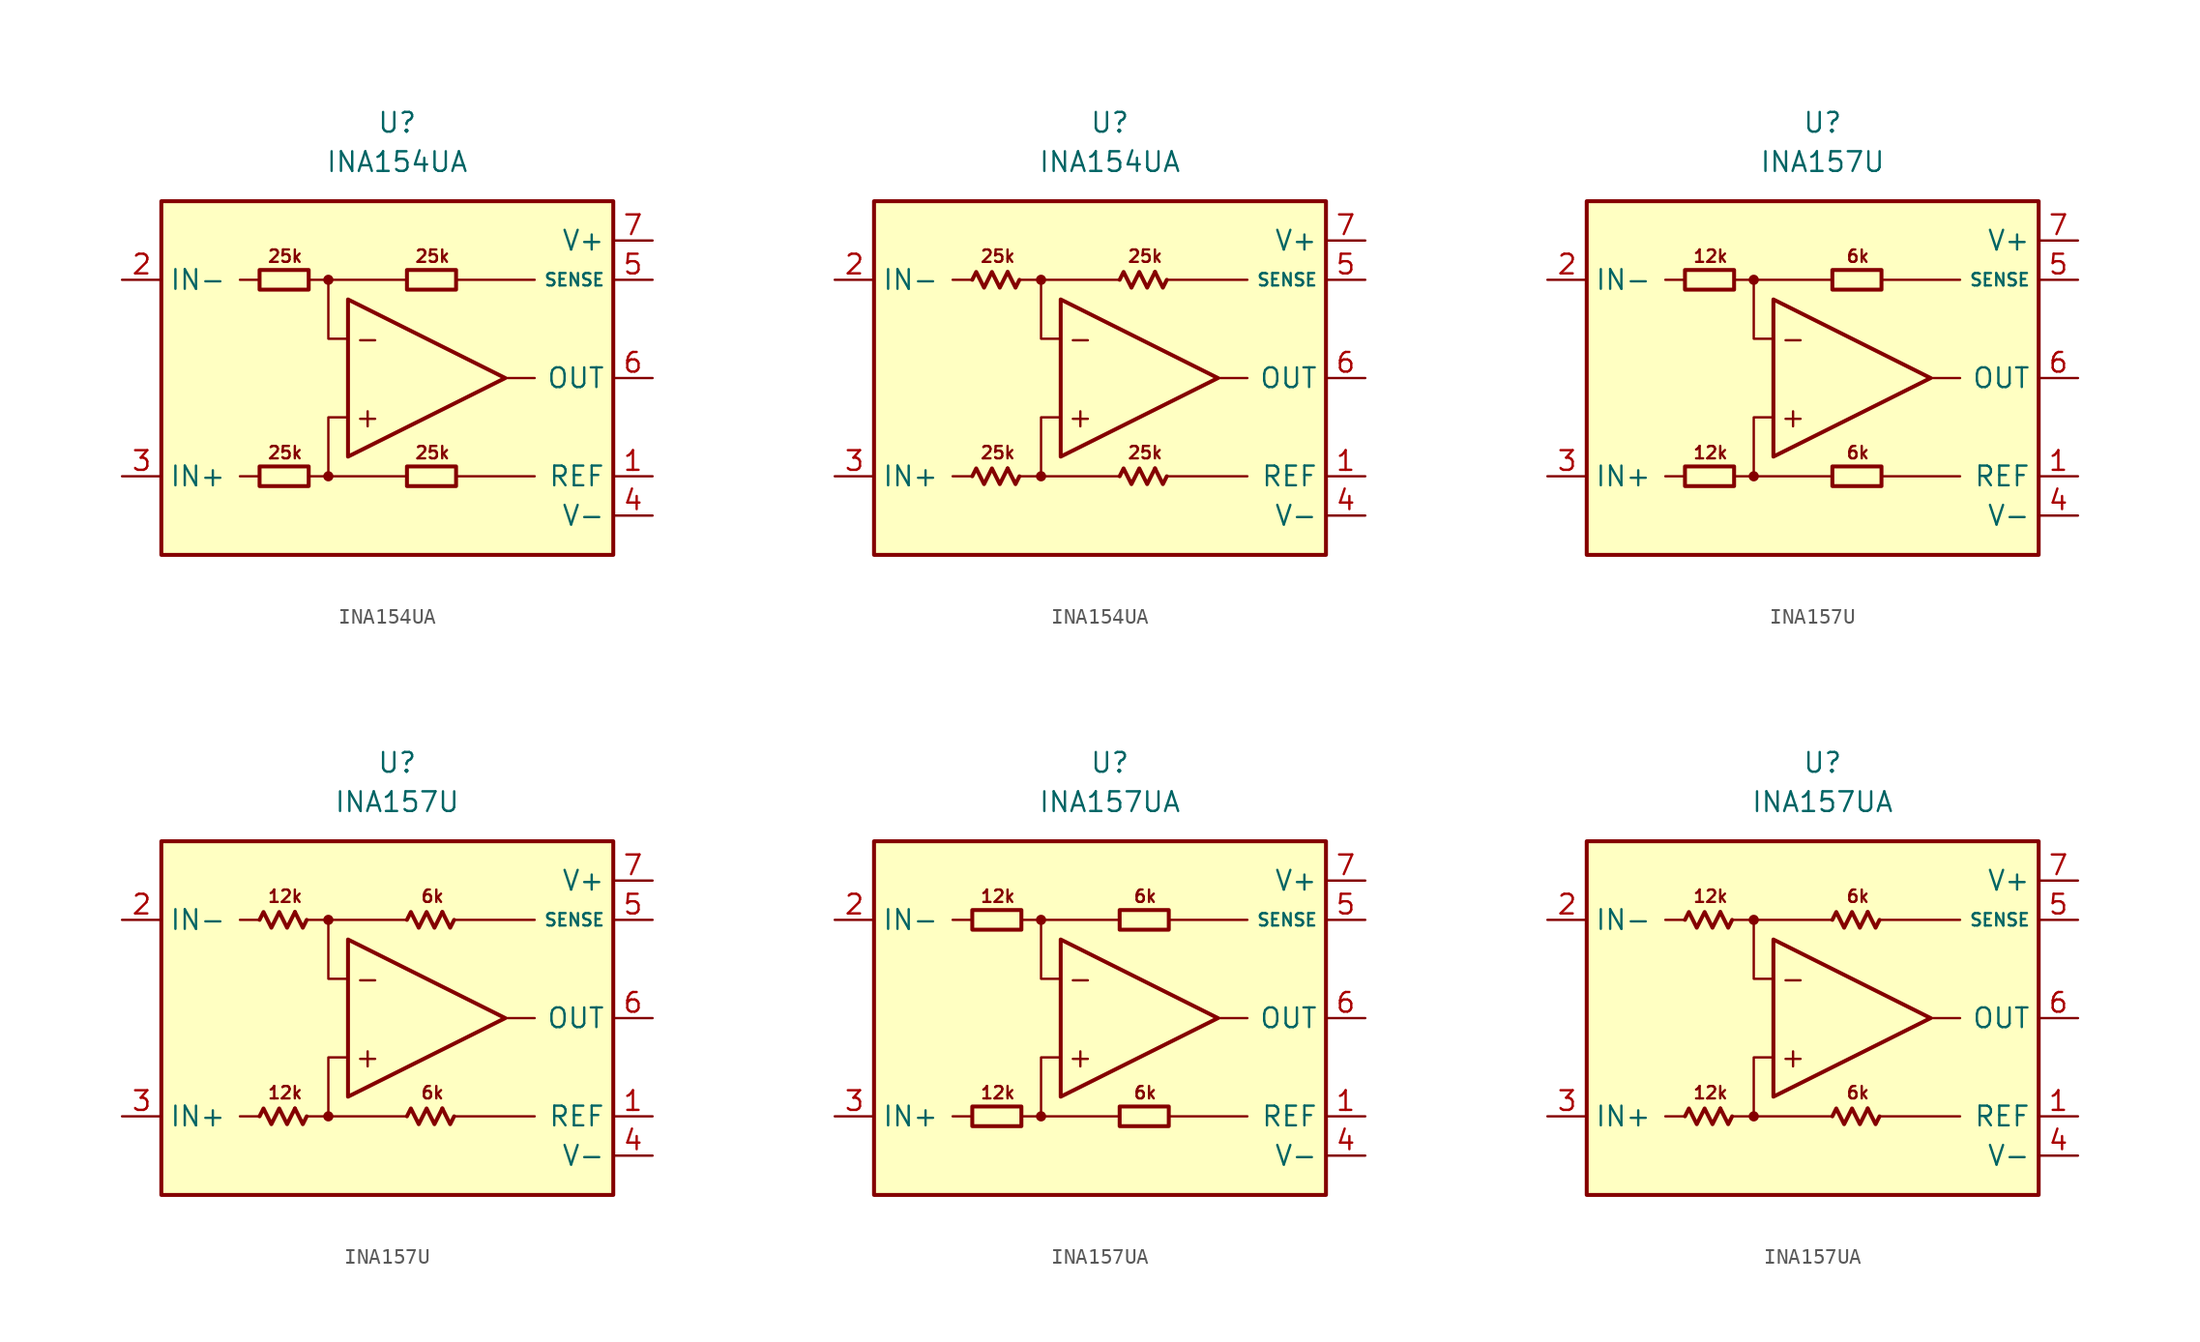
<source format=kicad_sym>
(kicad_symbol_lib
  (version 20231120)
  (generator "kicad_symbol_editor")
  (generator_version "8.0")
  (symbol "INA154UA"
    (property "Reference" "U"
      (at 0 16.51 0)
      (effects (font (size 1.27 1.27))))
    (property "Value" "INA154UA"
      (at 0 13.97 0)
      (effects (font (size 1.27 1.27))))
    (symbol "INA154UA_0_0"
      (rectangle (start -15.24 11.43) (end 13.97 -11.43) (stroke (width 0.254) (type default)) (fill (type background)))
      (circle (center -4.445 -6.35) (radius 0.254) (stroke (width 0.152) (type default)) (fill (type outline)))
      (circle (center -4.445 6.35) (radius 0.254) (stroke (width 0.152) (type default)) (fill (type outline)))
      (polyline (pts (xy -8.89 -6.35) (xy -10.16 -6.35)) (stroke (width 0.152) (type default)) (fill (type none)))
      (polyline (pts (xy -8.89 6.35) (xy -10.16 6.35)) (stroke (width 0.152) (type default)) (fill (type none)))
      (polyline (pts (xy -4.445 6.35) (xy 0.635 6.35)) (stroke (width 0.152) (type default)) (fill (type none)))
      (polyline (pts (xy 0.635 -6.35) (xy -4.445 -6.35)) (stroke (width 0.152) (type default)) (fill (type none)))
      (polyline (pts (xy 3.81 -6.35) (xy 8.89 -6.35)) (stroke (width 0.152) (type default)) (fill (type none)))
      (polyline (pts (xy 3.81 6.35) (xy 8.89 6.35)) (stroke (width 0.152) (type default)) (fill (type none)))
      (polyline (pts (xy 8.89 0) (xy 6.985 0)) (stroke (width 0.152) (type default)) (fill (type none)))
      (polyline (pts (xy -5.715 -6.35) (xy -4.445 -6.35) (xy -4.445 -2.54) (xy -3.175 -2.54)) (stroke (width 0.152) (type default)) (fill (type none)))
      (polyline (pts (xy -3.175 2.54) (xy -4.445 2.54) (xy -4.445 6.35) (xy -5.715 6.35)) (stroke (width 0.152) (type default)) (fill (type none)))
      (polyline (pts (xy -3.175 5.08) (xy -3.175 -5.08) (xy 6.985 0) (xy -3.175 5.08)) (stroke (width 0.254) (type default)) (fill (type none)))
      (text "+" (at -1.905 -2.54 0) (effects (font (size 1.27 1.27))))
      (text "-" (at -1.905 2.54 0) (effects (font (size 1.27 1.27))))
      (text "25k" (at -7.239 -4.826 0) (effects (font (size 0.8 0.8))))
      (text "25k" (at -7.239 7.874 0) (effects (font (size 0.8 0.8))))
      (text "25k" (at 2.286 -4.826 0) (effects (font (size 0.8 0.8))))
      (text "25k" (at 2.286 7.874 0) (effects (font (size 0.8 0.8)))))
    (symbol "INA154UA_0_1"
      (rectangle (start -8.89 -5.715) (end -5.715 -6.985) (stroke (width 0.254) (type default)) (fill (type none)))
      (rectangle (start -8.89 6.985) (end -5.715 5.715) (stroke (width 0.254) (type default)) (fill (type none)))
      (rectangle (start 0.635 -5.715) (end 3.81 -6.985) (stroke (width 0.254) (type default)) (fill (type none)))
      (rectangle (start 0.635 6.985) (end 3.81 5.715) (stroke (width 0.254) (type default)) (fill (type none))))
    (symbol "INA154UA_0_2"
      (polyline (pts (xy -6.604 -5.842) (xy -6.096 -6.858) (xy -5.842 -6.35)) (stroke (width 0.254) (type default)) (fill (type none)))
      (polyline (pts (xy -6.604 6.858) (xy -6.096 5.842) (xy -5.842 6.35)) (stroke (width 0.254) (type default)) (fill (type none)))
      (polyline (pts (xy 2.921 -5.842) (xy 3.429 -6.858) (xy 3.683 -6.35)) (stroke (width 0.254) (type default)) (fill (type none)))
      (polyline (pts (xy 2.921 6.858) (xy 3.429 5.842) (xy 3.683 6.35)) (stroke (width 0.254) (type default)) (fill (type none)))
      (polyline (pts (xy -8.89 -6.35) (xy -8.636 -5.842) (xy -8.128 -6.858) (xy -7.62 -5.842) (xy -7.112 -6.858) (xy -6.604 -5.842)) (stroke (width 0.254) (type default)) (fill (type none)))
      (polyline (pts (xy -8.89 6.35) (xy -8.636 6.858) (xy -8.128 5.842) (xy -7.62 6.858) (xy -7.112 5.842) (xy -6.604 6.858)) (stroke (width 0.254) (type default)) (fill (type none)))
      (polyline (pts (xy 0.635 -6.35) (xy 0.889 -5.842) (xy 1.397 -6.858) (xy 1.905 -5.842) (xy 2.413 -6.858) (xy 2.921 -5.842)) (stroke (width 0.254) (type default)) (fill (type none)))
      (polyline (pts (xy 0.635 6.35) (xy 0.889 6.858) (xy 1.397 5.842) (xy 1.905 6.858) (xy 2.413 5.842) (xy 2.921 6.858)) (stroke (width 0.254) (type default)) (fill (type none))))
    (symbol "INA154UA_1_1"
      (pin input line (at 16.51 -6.35 180) (length 2.54) (name "REF" (effects (font (size 1.27 1.27)))) (number "1" (effects (font (size 1.27 1.27)))))
      (pin input line (at -17.78 6.35 0) (length 2.54) (name "IN-" (effects (font (size 1.27 1.27)))) (number "2" (effects (font (size 1.27 1.27)))))
      (pin input line (at -17.78 -6.35 0) (length 2.54) (name "IN+" (effects (font (size 1.27 1.27)))) (number "3" (effects (font (size 1.27 1.27)))))
      (pin power_in line (at 16.51 -8.89 180) (length 2.54) (name "V-" (effects (font (size 1.27 1.27)))) (number "4" (effects (font (size 1.27 1.27)))))
      (pin input line (at 16.51 6.35 180) (length 2.54) (name "SENSE" (effects (font (size 0.8 0.8)))) (number "5" (effects (font (size 1.27 1.27)))))
      (pin output line (at 16.51 0 180) (length 2.54) (name "OUT" (effects (font (size 1.27 1.27)))) (number "6" (effects (font (size 1.27 1.27)))))
      (pin power_in line (at 16.51 8.89 180) (length 2.54) (name "V+" (effects (font (size 1.27 1.27)))) (number "7" (effects (font (size 1.27 1.27)))))
      (pin free line (at -10.16 0 0) (length 2.54) hide (name "NC" (effects (font (size 1.27 1.27)))) (number "8" (effects (font (size 1.27 1.27))))))
    (symbol "INA154UA_1_2"
      (pin input line (at 16.51 -6.35 180) (length 2.54) (name "REF" (effects (font (size 1.27 1.27)))) (number "1" (effects (font (size 1.27 1.27)))))
      (pin input line (at -17.78 6.35 0) (length 2.54) (name "IN-" (effects (font (size 1.27 1.27)))) (number "2" (effects (font (size 1.27 1.27)))))
      (pin input line (at -17.78 -6.35 0) (length 2.54) (name "IN+" (effects (font (size 1.27 1.27)))) (number "3" (effects (font (size 1.27 1.27)))))
      (pin power_in line (at 16.51 -8.89 180) (length 2.54) (name "V-" (effects (font (size 1.27 1.27)))) (number "4" (effects (font (size 1.27 1.27)))))
      (pin input line (at 16.51 6.35 180) (length 2.54) (name "SENSE" (effects (font (size 0.8 0.8)))) (number "5" (effects (font (size 1.27 1.27)))))
      (pin output line (at 16.51 0 180) (length 2.54) (name "OUT" (effects (font (size 1.27 1.27)))) (number "6" (effects (font (size 1.27 1.27)))))
      (pin power_in line (at 16.51 8.89 180) (length 2.54) (name "V+" (effects (font (size 1.27 1.27)))) (number "7" (effects (font (size 1.27 1.27)))))
      (pin free line (at -10.16 0 0) (length 2.54) hide (name "NC" (effects (font (size 1.27 1.27)))) (number "8" (effects (font (size 1.27 1.27)))))))
  (symbol "INA157U"
    (property "Reference" "U"
      (at 0 16.51 0)
      (effects (font (size 1.27 1.27))))
    (property "Value" "INA157U"
      (at 0 13.97 0)
      (effects (font (size 1.27 1.27))))
    (symbol "INA157U_0_0"
      (rectangle (start -15.24 11.43) (end 13.97 -11.43) (stroke (width 0.254) (type default)) (fill (type background)))
      (circle (center -4.445 -6.35) (radius 0.254) (stroke (width 0.152) (type default)) (fill (type outline)))
      (circle (center -4.445 6.35) (radius 0.254) (stroke (width 0.152) (type default)) (fill (type outline)))
      (polyline (pts (xy -8.89 -6.35) (xy -10.16 -6.35)) (stroke (width 0.152) (type default)) (fill (type none)))
      (polyline (pts (xy -8.89 6.35) (xy -10.16 6.35)) (stroke (width 0.152) (type default)) (fill (type none)))
      (polyline (pts (xy -4.445 6.35) (xy 0.635 6.35)) (stroke (width 0.152) (type default)) (fill (type none)))
      (polyline (pts (xy 0.635 -6.35) (xy -4.445 -6.35)) (stroke (width 0.152) (type default)) (fill (type none)))
      (polyline (pts (xy 3.81 -6.35) (xy 8.89 -6.35)) (stroke (width 0.152) (type default)) (fill (type none)))
      (polyline (pts (xy 3.81 6.35) (xy 8.89 6.35)) (stroke (width 0.152) (type default)) (fill (type none)))
      (polyline (pts (xy 8.89 0) (xy 6.985 0)) (stroke (width 0.152) (type default)) (fill (type none)))
      (polyline (pts (xy -5.715 -6.35) (xy -4.445 -6.35) (xy -4.445 -2.54) (xy -3.175 -2.54)) (stroke (width 0.152) (type default)) (fill (type none)))
      (polyline (pts (xy -3.175 2.54) (xy -4.445 2.54) (xy -4.445 6.35) (xy -5.715 6.35)) (stroke (width 0.152) (type default)) (fill (type none)))
      (polyline (pts (xy -3.175 5.08) (xy -3.175 -5.08) (xy 6.985 0) (xy -3.175 5.08)) (stroke (width 0.254) (type default)) (fill (type none)))
      (text "+" (at -1.905 -2.54 0) (effects (font (size 1.27 1.27))))
      (text "-" (at -1.905 2.54 0) (effects (font (size 1.27 1.27))))
      (text "12k" (at -7.239 -4.826 0) (effects (font (size 0.8 0.8))))
      (text "12k" (at -7.239 7.874 0) (effects (font (size 0.8 0.8))))
      (text "6k" (at 2.286 -4.826 0) (effects (font (size 0.8 0.8))))
      (text "6k" (at 2.286 7.874 0) (effects (font (size 0.8 0.8)))))
    (symbol "INA157U_0_1"
      (rectangle (start -8.89 -5.715) (end -5.715 -6.985) (stroke (width 0.254) (type default)) (fill (type none)))
      (rectangle (start -8.89 6.985) (end -5.715 5.715) (stroke (width 0.254) (type default)) (fill (type none)))
      (rectangle (start 0.635 -5.715) (end 3.81 -6.985) (stroke (width 0.254) (type default)) (fill (type none)))
      (rectangle (start 0.635 6.985) (end 3.81 5.715) (stroke (width 0.254) (type default)) (fill (type none))))
    (symbol "INA157U_0_2"
      (polyline (pts (xy -6.604 -5.842) (xy -6.096 -6.858) (xy -5.842 -6.35)) (stroke (width 0.254) (type default)) (fill (type none)))
      (polyline (pts (xy -6.604 6.858) (xy -6.096 5.842) (xy -5.842 6.35)) (stroke (width 0.254) (type default)) (fill (type none)))
      (polyline (pts (xy 2.921 -5.842) (xy 3.429 -6.858) (xy 3.683 -6.35)) (stroke (width 0.254) (type default)) (fill (type none)))
      (polyline (pts (xy 2.921 6.858) (xy 3.429 5.842) (xy 3.683 6.35)) (stroke (width 0.254) (type default)) (fill (type none)))
      (polyline (pts (xy -8.89 -6.35) (xy -8.636 -5.842) (xy -8.128 -6.858) (xy -7.62 -5.842) (xy -7.112 -6.858) (xy -6.604 -5.842)) (stroke (width 0.254) (type default)) (fill (type none)))
      (polyline (pts (xy -8.89 6.35) (xy -8.636 6.858) (xy -8.128 5.842) (xy -7.62 6.858) (xy -7.112 5.842) (xy -6.604 6.858)) (stroke (width 0.254) (type default)) (fill (type none)))
      (polyline (pts (xy 0.635 -6.35) (xy 0.889 -5.842) (xy 1.397 -6.858) (xy 1.905 -5.842) (xy 2.413 -6.858) (xy 2.921 -5.842)) (stroke (width 0.254) (type default)) (fill (type none)))
      (polyline (pts (xy 0.635 6.35) (xy 0.889 6.858) (xy 1.397 5.842) (xy 1.905 6.858) (xy 2.413 5.842) (xy 2.921 6.858)) (stroke (width 0.254) (type default)) (fill (type none))))
    (symbol "INA157U_1_1"
      (pin input line (at 16.51 -6.35 180) (length 2.54) (name "REF" (effects (font (size 1.27 1.27)))) (number "1" (effects (font (size 1.27 1.27)))))
      (pin input line (at -17.78 6.35 0) (length 2.54) (name "IN-" (effects (font (size 1.27 1.27)))) (number "2" (effects (font (size 1.27 1.27)))))
      (pin input line (at -17.78 -6.35 0) (length 2.54) (name "IN+" (effects (font (size 1.27 1.27)))) (number "3" (effects (font (size 1.27 1.27)))))
      (pin power_in line (at 16.51 -8.89 180) (length 2.54) (name "V-" (effects (font (size 1.27 1.27)))) (number "4" (effects (font (size 1.27 1.27)))))
      (pin input line (at 16.51 6.35 180) (length 2.54) (name "SENSE" (effects (font (size 0.8 0.8)))) (number "5" (effects (font (size 1.27 1.27)))))
      (pin output line (at 16.51 0 180) (length 2.54) (name "OUT" (effects (font (size 1.27 1.27)))) (number "6" (effects (font (size 1.27 1.27)))))
      (pin power_in line (at 16.51 8.89 180) (length 2.54) (name "V+" (effects (font (size 1.27 1.27)))) (number "7" (effects (font (size 1.27 1.27)))))
      (pin free line (at -10.16 0 0) (length 2.54) hide (name "NC" (effects (font (size 1.27 1.27)))) (number "8" (effects (font (size 1.27 1.27))))))
    (symbol "INA157U_1_2"
      (pin input line (at 16.51 -6.35 180) (length 2.54) (name "REF" (effects (font (size 1.27 1.27)))) (number "1" (effects (font (size 1.27 1.27)))))
      (pin input line (at -17.78 6.35 0) (length 2.54) (name "IN-" (effects (font (size 1.27 1.27)))) (number "2" (effects (font (size 1.27 1.27)))))
      (pin input line (at -17.78 -6.35 0) (length 2.54) (name "IN+" (effects (font (size 1.27 1.27)))) (number "3" (effects (font (size 1.27 1.27)))))
      (pin power_in line (at 16.51 -8.89 180) (length 2.54) (name "V-" (effects (font (size 1.27 1.27)))) (number "4" (effects (font (size 1.27 1.27)))))
      (pin input line (at 16.51 6.35 180) (length 2.54) (name "SENSE" (effects (font (size 0.8 0.8)))) (number "5" (effects (font (size 1.27 1.27)))))
      (pin output line (at 16.51 0 180) (length 2.54) (name "OUT" (effects (font (size 1.27 1.27)))) (number "6" (effects (font (size 1.27 1.27)))))
      (pin power_in line (at 16.51 8.89 180) (length 2.54) (name "V+" (effects (font (size 1.27 1.27)))) (number "7" (effects (font (size 1.27 1.27)))))
      (pin free line (at -10.16 0 0) (length 2.54) hide (name "NC" (effects (font (size 1.27 1.27)))) (number "8" (effects (font (size 1.27 1.27)))))))
  (symbol "INA157UA"
    (property "Reference" "U"
      (at 0 16.51 0)
      (effects (font (size 1.27 1.27))))
    (property "Value" "INA157UA"
      (at 0 13.97 0)
      (effects (font (size 1.27 1.27))))
    (symbol "INA157UA_0_0"
      (rectangle (start -15.24 11.43) (end 13.97 -11.43) (stroke (width 0.254) (type default)) (fill (type background)))
      (circle (center -4.445 -6.35) (radius 0.254) (stroke (width 0.152) (type default)) (fill (type outline)))
      (circle (center -4.445 6.35) (radius 0.254) (stroke (width 0.152) (type default)) (fill (type outline)))
      (polyline (pts (xy -8.89 -6.35) (xy -10.16 -6.35)) (stroke (width 0.152) (type default)) (fill (type none)))
      (polyline (pts (xy -8.89 6.35) (xy -10.16 6.35)) (stroke (width 0.152) (type default)) (fill (type none)))
      (polyline (pts (xy -4.445 6.35) (xy 0.635 6.35)) (stroke (width 0.152) (type default)) (fill (type none)))
      (polyline (pts (xy 0.635 -6.35) (xy -4.445 -6.35)) (stroke (width 0.152) (type default)) (fill (type none)))
      (polyline (pts (xy 3.81 -6.35) (xy 8.89 -6.35)) (stroke (width 0.152) (type default)) (fill (type none)))
      (polyline (pts (xy 3.81 6.35) (xy 8.89 6.35)) (stroke (width 0.152) (type default)) (fill (type none)))
      (polyline (pts (xy 8.89 0) (xy 6.985 0)) (stroke (width 0.152) (type default)) (fill (type none)))
      (polyline (pts (xy -5.715 -6.35) (xy -4.445 -6.35) (xy -4.445 -2.54) (xy -3.175 -2.54)) (stroke (width 0.152) (type default)) (fill (type none)))
      (polyline (pts (xy -3.175 2.54) (xy -4.445 2.54) (xy -4.445 6.35) (xy -5.715 6.35)) (stroke (width 0.152) (type default)) (fill (type none)))
      (polyline (pts (xy -3.175 5.08) (xy -3.175 -5.08) (xy 6.985 0) (xy -3.175 5.08)) (stroke (width 0.254) (type default)) (fill (type none)))
      (text "+" (at -1.905 -2.54 0) (effects (font (size 1.27 1.27))))
      (text "-" (at -1.905 2.54 0) (effects (font (size 1.27 1.27))))
      (text "12k" (at -7.239 -4.826 0) (effects (font (size 0.8 0.8))))
      (text "12k" (at -7.239 7.874 0) (effects (font (size 0.8 0.8))))
      (text "6k" (at 2.286 -4.826 0) (effects (font (size 0.8 0.8))))
      (text "6k" (at 2.286 7.874 0) (effects (font (size 0.8 0.8)))))
    (symbol "INA157UA_0_1"
      (rectangle (start -8.89 -5.715) (end -5.715 -6.985) (stroke (width 0.254) (type default)) (fill (type none)))
      (rectangle (start -8.89 6.985) (end -5.715 5.715) (stroke (width 0.254) (type default)) (fill (type none)))
      (rectangle (start 0.635 -5.715) (end 3.81 -6.985) (stroke (width 0.254) (type default)) (fill (type none)))
      (rectangle (start 0.635 6.985) (end 3.81 5.715) (stroke (width 0.254) (type default)) (fill (type none))))
    (symbol "INA157UA_0_2"
      (polyline (pts (xy -6.604 -5.842) (xy -6.096 -6.858) (xy -5.842 -6.35)) (stroke (width 0.254) (type default)) (fill (type none)))
      (polyline (pts (xy -6.604 6.858) (xy -6.096 5.842) (xy -5.842 6.35)) (stroke (width 0.254) (type default)) (fill (type none)))
      (polyline (pts (xy 2.921 -5.842) (xy 3.429 -6.858) (xy 3.683 -6.35)) (stroke (width 0.254) (type default)) (fill (type none)))
      (polyline (pts (xy 2.921 6.858) (xy 3.429 5.842) (xy 3.683 6.35)) (stroke (width 0.254) (type default)) (fill (type none)))
      (polyline (pts (xy -8.89 -6.35) (xy -8.636 -5.842) (xy -8.128 -6.858) (xy -7.62 -5.842) (xy -7.112 -6.858) (xy -6.604 -5.842)) (stroke (width 0.254) (type default)) (fill (type none)))
      (polyline (pts (xy -8.89 6.35) (xy -8.636 6.858) (xy -8.128 5.842) (xy -7.62 6.858) (xy -7.112 5.842) (xy -6.604 6.858)) (stroke (width 0.254) (type default)) (fill (type none)))
      (polyline (pts (xy 0.635 -6.35) (xy 0.889 -5.842) (xy 1.397 -6.858) (xy 1.905 -5.842) (xy 2.413 -6.858) (xy 2.921 -5.842)) (stroke (width 0.254) (type default)) (fill (type none)))
      (polyline (pts (xy 0.635 6.35) (xy 0.889 6.858) (xy 1.397 5.842) (xy 1.905 6.858) (xy 2.413 5.842) (xy 2.921 6.858)) (stroke (width 0.254) (type default)) (fill (type none))))
    (symbol "INA157UA_1_1"
      (pin input line (at 16.51 -6.35 180) (length 2.54) (name "REF" (effects (font (size 1.27 1.27)))) (number "1" (effects (font (size 1.27 1.27)))))
      (pin input line (at -17.78 6.35 0) (length 2.54) (name "IN-" (effects (font (size 1.27 1.27)))) (number "2" (effects (font (size 1.27 1.27)))))
      (pin input line (at -17.78 -6.35 0) (length 2.54) (name "IN+" (effects (font (size 1.27 1.27)))) (number "3" (effects (font (size 1.27 1.27)))))
      (pin power_in line (at 16.51 -8.89 180) (length 2.54) (name "V-" (effects (font (size 1.27 1.27)))) (number "4" (effects (font (size 1.27 1.27)))))
      (pin input line (at 16.51 6.35 180) (length 2.54) (name "SENSE" (effects (font (size 0.8 0.8)))) (number "5" (effects (font (size 1.27 1.27)))))
      (pin output line (at 16.51 0 180) (length 2.54) (name "OUT" (effects (font (size 1.27 1.27)))) (number "6" (effects (font (size 1.27 1.27)))))
      (pin power_in line (at 16.51 8.89 180) (length 2.54) (name "V+" (effects (font (size 1.27 1.27)))) (number "7" (effects (font (size 1.27 1.27)))))
      (pin free line (at -10.16 0 0) (length 2.54) hide (name "NC" (effects (font (size 1.27 1.27)))) (number "8" (effects (font (size 1.27 1.27))))))
    (symbol "INA157UA_1_2"
      (pin input line (at 16.51 -6.35 180) (length 2.54) (name "REF" (effects (font (size 1.27 1.27)))) (number "1" (effects (font (size 1.27 1.27)))))
      (pin input line (at -17.78 6.35 0) (length 2.54) (name "IN-" (effects (font (size 1.27 1.27)))) (number "2" (effects (font (size 1.27 1.27)))))
      (pin input line (at -17.78 -6.35 0) (length 2.54) (name "IN+" (effects (font (size 1.27 1.27)))) (number "3" (effects (font (size 1.27 1.27)))))
      (pin power_in line (at 16.51 -8.89 180) (length 2.54) (name "V-" (effects (font (size 1.27 1.27)))) (number "4" (effects (font (size 1.27 1.27)))))
      (pin input line (at 16.51 6.35 180) (length 2.54) (name "SENSE" (effects (font (size 0.8 0.8)))) (number "5" (effects (font (size 1.27 1.27)))))
      (pin output line (at 16.51 0 180) (length 2.54) (name "OUT" (effects (font (size 1.27 1.27)))) (number "6" (effects (font (size 1.27 1.27)))))
      (pin power_in line (at 16.51 8.89 180) (length 2.54) (name "V+" (effects (font (size 1.27 1.27)))) (number "7" (effects (font (size 1.27 1.27)))))
      (pin free line (at -10.16 0 0) (length 2.54) hide (name "NC" (effects (font (size 1.27 1.27)))) (number "8" (effects (font (size 1.27 1.27))))))))
</source>
